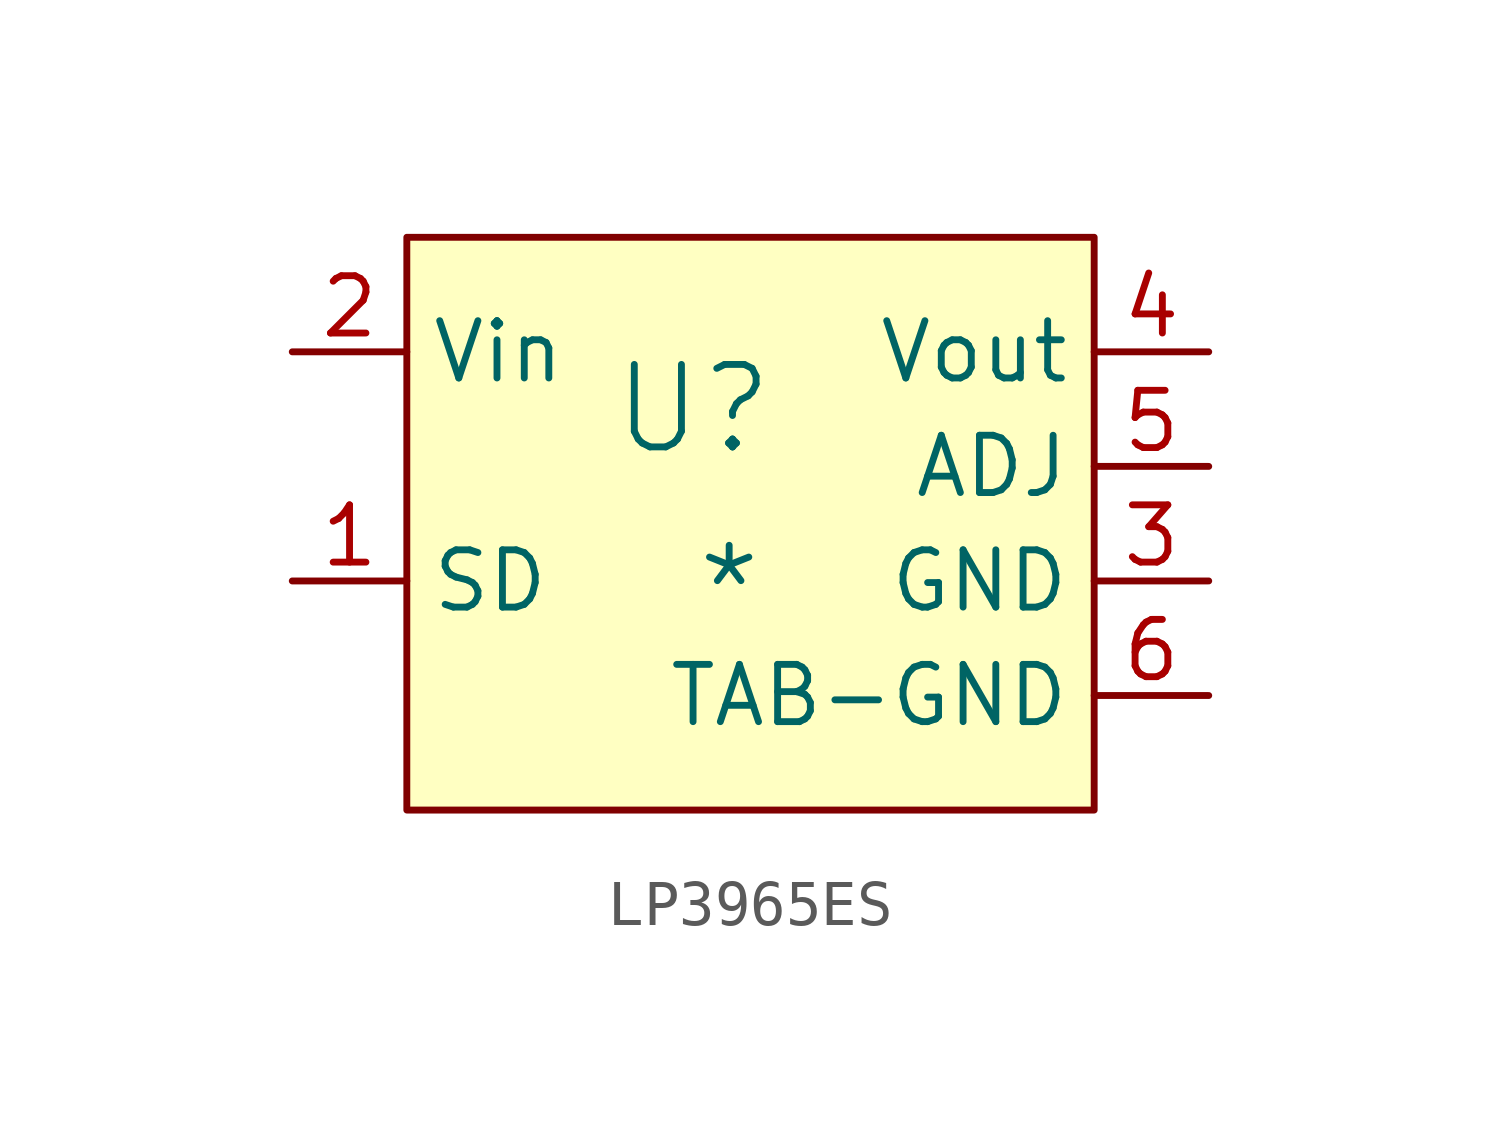
<source format=kicad_sym>
(kicad_symbol_lib
  (version 20241209)
  (generator "kicad_symbol_editor")
  (generator_version "9.0")
  (symbol "LP3965ES"
    (property "Reference" "U"
      (at -1.27 1.27 0)
      (effects (font (size 1.829 1.829))))
    (property "Value" "*"
      (at -1.27 -3.81 0)
      (effects (font (size 1.829 1.829)) (justify left bottom)))
    (symbol "LP3965ES_1_0"
      (rectangle (start 7.62 5.08) (end -7.62 -7.62) (stroke (width 0) (type solid) (color 128 0 0 1)) (fill (type background)))
      (pin passive line (at -10.16 2.54 0) (length 2.54) (name "Vin" (effects (font (size 1.27 1.27)))) (number "2" (effects (font (size 1.27 1.27)))))
      (pin passive line (at -10.16 -2.54 0) (length 2.54) (name "SD" (effects (font (size 1.27 1.27)))) (number "1" (effects (font (size 1.27 1.27)))))
      (pin passive line (at 10.16 2.54 180) (length 2.54) (name "Vout" (effects (font (size 1.27 1.27)))) (number "4" (effects (font (size 1.27 1.27)))))
      (pin passive line (at 10.16 0 180) (length 2.54) (name "ADJ" (effects (font (size 1.27 1.27)))) (number "5" (effects (font (size 1.27 1.27)))))
      (pin passive line (at 10.16 -2.54 180) (length 2.54) (name "GND" (effects (font (size 1.27 1.27)))) (number "3" (effects (font (size 1.27 1.27)))))
      (pin passive line (at 10.16 -5.08 180) (length 2.54) (name "TAB-GND" (effects (font (size 1.27 1.27)))) (number "6" (effects (font (size 1.27 1.27))))))))
</source>
